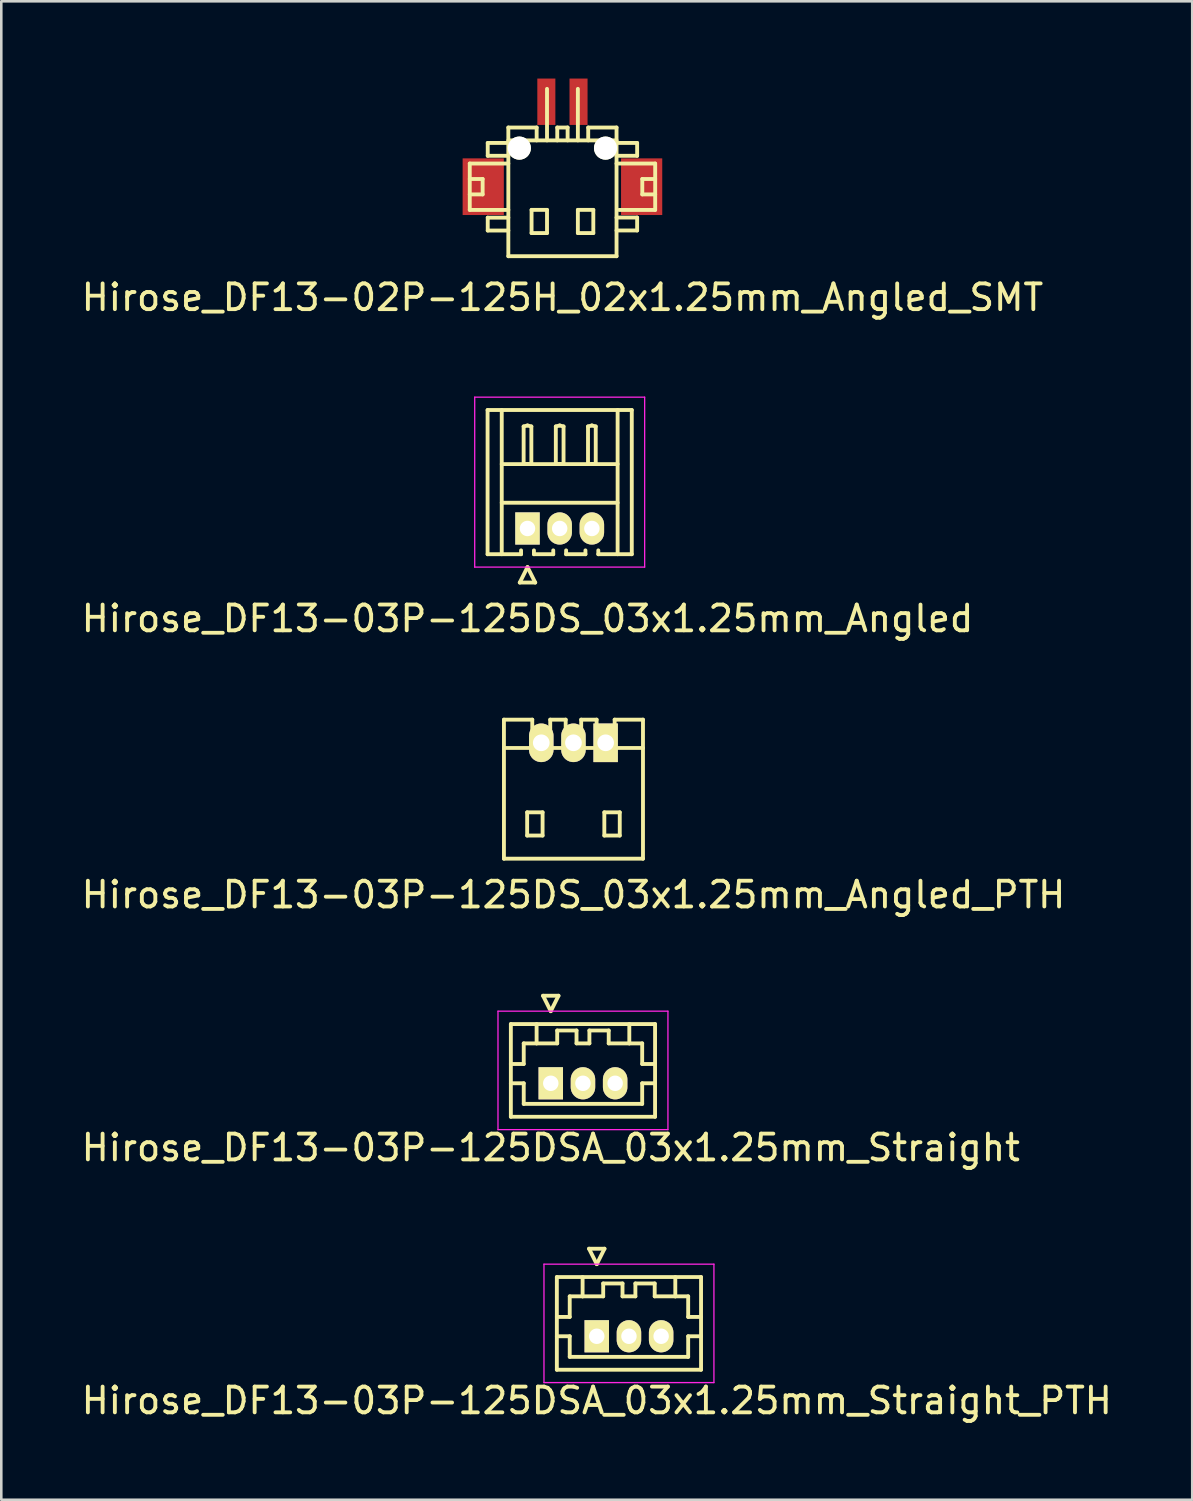
<source format=kicad_pcb>
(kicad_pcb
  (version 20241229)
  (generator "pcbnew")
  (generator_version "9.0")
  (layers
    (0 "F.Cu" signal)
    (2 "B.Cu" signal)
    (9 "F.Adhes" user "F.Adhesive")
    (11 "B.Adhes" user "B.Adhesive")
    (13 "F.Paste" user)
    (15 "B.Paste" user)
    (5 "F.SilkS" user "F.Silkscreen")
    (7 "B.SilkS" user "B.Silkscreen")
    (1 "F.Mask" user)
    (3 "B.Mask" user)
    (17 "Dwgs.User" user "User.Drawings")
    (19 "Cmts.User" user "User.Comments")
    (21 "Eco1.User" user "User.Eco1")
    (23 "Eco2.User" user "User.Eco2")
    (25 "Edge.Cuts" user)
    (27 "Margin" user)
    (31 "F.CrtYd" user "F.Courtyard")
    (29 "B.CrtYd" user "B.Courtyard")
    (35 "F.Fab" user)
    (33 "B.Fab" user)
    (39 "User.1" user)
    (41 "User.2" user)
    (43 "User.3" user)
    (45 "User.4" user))
  (footprint "Hirose_DF13-03P-125DSA_03x1.25mm_Straight"
    (layer "F.Cu")
    (at 18.339 39.019)
    (property "Reference" "Hirose_DF13-03P-125DSA_03x1.25mm_Straight" (at 0 2.5 0) (layer "F.SilkS") (effects (font (size 1 1) (thickness 0.15))))
    (attr through_hole)
    (fp_line (start -1.55 -2.3) (end -1.55 1.3) (stroke (width 0.15) (type solid)) (layer "F.SilkS"))
    (fp_line (start -1.55 -0.75) (end -1.05 -0.75) (stroke (width 0.15) (type solid)) (layer "F.SilkS"))
    (fp_line (start -1.55 0) (end -1.05 0) (stroke (width 0.15) (type solid)) (layer "F.SilkS"))
    (fp_line (start -1.55 1.3) (end 4.05 1.3) (stroke (width 0.15) (type solid)) (layer "F.SilkS"))
    (fp_line (start -1.05 -1.55) (end -0.55 -1.55) (stroke (width 0.15) (type solid)) (layer "F.SilkS"))
    (fp_line (start -1.05 -0.75) (end -1.05 -1.55) (stroke (width 0.15) (type solid)) (layer "F.SilkS"))
    (fp_line (start -1.05 0) (end -1.05 0.8) (stroke (width 0.15) (type solid)) (layer "F.SilkS"))
    (fp_line (start -1.05 0.8) (end 3.55 0.8) (stroke (width 0.15) (type solid)) (layer "F.SilkS"))
    (fp_line (start -0.55 -1.55) (end -0.55 -2.3) (stroke (width 0.15) (type solid)) (layer "F.SilkS"))
    (fp_line (start -0.55 -1.55) (end 0.25 -1.55) (stroke (width 0.15) (type solid)) (layer "F.SilkS"))
    (fp_line (start -0.3 -3.4) (end 0.3 -3.4) (stroke (width 0.15) (type solid)) (layer "F.SilkS"))
    (fp_line (start 0 -2.8) (end -0.3 -3.4) (stroke (width 0.15) (type solid)) (layer "F.SilkS"))
    (fp_line (start 0.25 -2.05) (end 1 -2.05) (stroke (width 0.15) (type solid)) (layer "F.SilkS"))
    (fp_line (start 0.25 -1.55) (end 0.25 -2.05) (stroke (width 0.15) (type solid)) (layer "F.SilkS"))
    (fp_line (start 0.3 -3.4) (end 0 -2.8) (stroke (width 0.15) (type solid)) (layer "F.SilkS"))
    (fp_line (start 1 -2.05) (end 1 -1.55) (stroke (width 0.15) (type solid)) (layer "F.SilkS"))
    (fp_line (start 1 -1.55) (end 1.5 -1.55) (stroke (width 0.15) (type solid)) (layer "F.SilkS"))
    (fp_line (start 1.5 -2.05) (end 2.25 -2.05) (stroke (width 0.15) (type solid)) (layer "F.SilkS"))
    (fp_line (start 1.5 -1.55) (end 1.5 -2.05) (stroke (width 0.15) (type solid)) (layer "F.SilkS"))
    (fp_line (start 2.25 -2.05) (end 2.25 -1.55) (stroke (width 0.15) (type solid)) (layer "F.SilkS"))
    (fp_line (start 2.25 -1.55) (end 3.05 -1.55) (stroke (width 0.15) (type solid)) (layer "F.SilkS"))
    (fp_line (start 3.05 -1.55) (end 3.05 -2.3) (stroke (width 0.15) (type solid)) (layer "F.SilkS"))
    (fp_line (start 3.55 -1.55) (end 3.05 -1.55) (stroke (width 0.15) (type solid)) (layer "F.SilkS"))
    (fp_line (start 3.55 -0.75) (end 3.55 -1.55) (stroke (width 0.15) (type solid)) (layer "F.SilkS"))
    (fp_line (start 3.55 0) (end 4.05 0) (stroke (width 0.15) (type solid)) (layer "F.SilkS"))
    (fp_line (start 3.55 0.8) (end 3.55 0) (stroke (width 0.15) (type solid)) (layer "F.SilkS"))
    (fp_line (start 4.05 -2.3) (end -1.55 -2.3) (stroke (width 0.15) (type solid)) (layer "F.SilkS"))
    (fp_line (start 4.05 -0.75) (end 3.55 -0.75) (stroke (width 0.15) (type solid)) (layer "F.SilkS"))
    (fp_line (start 4.05 1.3) (end 4.05 -2.3) (stroke (width 0.15) (type solid)) (layer "F.SilkS"))
    (fp_line (start -2.05 -2.8) (end -2.05 1.8) (stroke (width 0.05) (type solid)) (layer "F.CrtYd"))
    (fp_line (start -2.05 1.8) (end 4.55 1.8) (stroke (width 0.05) (type solid)) (layer "F.CrtYd"))
    (fp_line (start 4.55 -2.8) (end -2.05 -2.8) (stroke (width 0.05) (type solid)) (layer "F.CrtYd"))
    (fp_line (start 4.55 1.8) (end 4.55 -2.8) (stroke (width 0.05) (type solid)) (layer "F.CrtYd"))
    (pad "1" thru_hole rect (at 0 0) (size 0.95 1.25) (drill 0.6) (layers "*.Cu" "*.Mask" "F.SilkS"))
    (pad "2" thru_hole oval (at 1.25 0) (size 0.95 1.25) (drill 0.6) (layers "*.Cu" "*.Mask" "F.SilkS"))
    (pad "3" thru_hole oval (at 2.5 0) (size 0.95 1.25) (drill 0.6) (layers "*.Cu" "*.Mask" "F.SilkS")))
  (footprint "Hirose_DF13-03P-125DS_03x1.25mm_Angled"
    (layer "F.Cu")
    (at 17.435 17.473)
    (property "Reference" "Hirose_DF13-03P-125DS_03x1.25mm_Angled" (at 0 3.5 0) (layer "F.SilkS") (effects (font (size 1 1) (thickness 0.15))))
    (attr through_hole)
    (fp_line (start -1.55 -4.6) (end 4.05 -4.6) (stroke (width 0.15) (type solid)) (layer "F.SilkS"))
    (fp_line (start -1.55 1) (end -1.55 -4.6) (stroke (width 0.15) (type solid)) (layer "F.SilkS"))
    (fp_line (start -1 -4.6) (end -1 1) (stroke (width 0.15) (type solid)) (layer "F.SilkS"))
    (fp_line (start -1 -2.5) (end 3.5 -2.5) (stroke (width 0.15) (type solid)) (layer "F.SilkS"))
    (fp_line (start -1 -1) (end 3.5 -1) (stroke (width 0.15) (type solid)) (layer "F.SilkS"))
    (fp_line (start -0.3 2.1) (end 0.3 2.1) (stroke (width 0.15) (type solid)) (layer "F.SilkS"))
    (fp_line (start -0.25 0.85) (end -0.25 1) (stroke (width 0.15) (type solid)) (layer "F.SilkS"))
    (fp_line (start -0.25 1) (end -1.55 1) (stroke (width 0.15) (type solid)) (layer "F.SilkS"))
    (fp_line (start -0.15 -3.962) (end 0 -4) (stroke (width 0.15) (type solid)) (layer "F.SilkS"))
    (fp_line (start -0.15 -2.5) (end -0.15 -3.962) (stroke (width 0.15) (type solid)) (layer "F.SilkS"))
    (fp_line (start 0 -4) (end 0.15 -3.962) (stroke (width 0.15) (type solid)) (layer "F.SilkS"))
    (fp_line (start 0 -2.5) (end -0.15 -2.5) (stroke (width 0.15) (type solid)) (layer "F.SilkS"))
    (fp_line (start 0 1.5) (end -0.3 2.1) (stroke (width 0.15) (type solid)) (layer "F.SilkS"))
    (fp_line (start 0.15 -3.962) (end 0.15 -2.5) (stroke (width 0.15) (type solid)) (layer "F.SilkS"))
    (fp_line (start 0.15 -2.5) (end 0 -2.5) (stroke (width 0.15) (type solid)) (layer "F.SilkS"))
    (fp_line (start 0.25 0.85) (end 0.25 1) (stroke (width 0.15) (type solid)) (layer "F.SilkS"))
    (fp_line (start 0.25 1) (end 1 1) (stroke (width 0.15) (type solid)) (layer "F.SilkS"))
    (fp_line (start 0.3 2.1) (end 0 1.5) (stroke (width 0.15) (type solid)) (layer "F.SilkS"))
    (fp_line (start 1 1) (end 1 0.85) (stroke (width 0.15) (type solid)) (layer "F.SilkS"))
    (fp_line (start 1.1 -3.962) (end 1.25 -4) (stroke (width 0.15) (type solid)) (layer "F.SilkS"))
    (fp_line (start 1.1 -2.5) (end 1.1 -3.962) (stroke (width 0.15) (type solid)) (layer "F.SilkS"))
    (fp_line (start 1.25 -4) (end 1.4 -3.962) (stroke (width 0.15) (type solid)) (layer "F.SilkS"))
    (fp_line (start 1.25 -2.5) (end 1.1 -2.5) (stroke (width 0.15) (type solid)) (layer "F.SilkS"))
    (fp_line (start 1.4 -3.962) (end 1.4 -2.5) (stroke (width 0.15) (type solid)) (layer "F.SilkS"))
    (fp_line (start 1.4 -2.5) (end 1.25 -2.5) (stroke (width 0.15) (type solid)) (layer "F.SilkS"))
    (fp_line (start 1.5 0.85) (end 1.5 1) (stroke (width 0.15) (type solid)) (layer "F.SilkS"))
    (fp_line (start 1.5 1) (end 2.25 1) (stroke (width 0.15) (type solid)) (layer "F.SilkS"))
    (fp_line (start 2.25 1) (end 2.25 0.85) (stroke (width 0.15) (type solid)) (layer "F.SilkS"))
    (fp_line (start 2.35 -3.962) (end 2.5 -4) (stroke (width 0.15) (type solid)) (layer "F.SilkS"))
    (fp_line (start 2.35 -2.5) (end 2.35 -3.962) (stroke (width 0.15) (type solid)) (layer "F.SilkS"))
    (fp_line (start 2.5 -4) (end 2.65 -3.962) (stroke (width 0.15) (type solid)) (layer "F.SilkS"))
    (fp_line (start 2.5 -2.5) (end 2.35 -2.5) (stroke (width 0.15) (type solid)) (layer "F.SilkS"))
    (fp_line (start 2.65 -3.962) (end 2.65 -2.5) (stroke (width 0.15) (type solid)) (layer "F.SilkS"))
    (fp_line (start 2.65 -2.5) (end 2.5 -2.5) (stroke (width 0.15) (type solid)) (layer "F.SilkS"))
    (fp_line (start 2.75 1) (end 2.75 0.85) (stroke (width 0.15) (type solid)) (layer "F.SilkS"))
    (fp_line (start 3.5 -4.6) (end 3.5 1) (stroke (width 0.15) (type solid)) (layer "F.SilkS"))
    (fp_line (start 4.05 -4.6) (end 4.05 1) (stroke (width 0.15) (type solid)) (layer "F.SilkS"))
    (fp_line (start 4.05 1) (end 2.75 1) (stroke (width 0.15) (type solid)) (layer "F.SilkS"))
    (fp_line (start -2.05 -5.1) (end -2.05 1.5) (stroke (width 0.05) (type solid)) (layer "F.CrtYd"))
    (fp_line (start -2.05 1.5) (end 4.55 1.5) (stroke (width 0.05) (type solid)) (layer "F.CrtYd"))
    (fp_line (start 4.55 -5.1) (end -2.05 -5.1) (stroke (width 0.05) (type solid)) (layer "F.CrtYd"))
    (fp_line (start 4.55 1.5) (end 4.55 -5.1) (stroke (width 0.05) (type solid)) (layer "F.CrtYd"))
    (pad "1" thru_hole rect (at 0 0) (size 0.95 1.25) (drill 0.6) (layers "*.Cu" "*.Mask" "F.SilkS"))
    (pad "2" thru_hole oval (at 1.25 0) (size 0.95 1.25) (drill 0.6) (layers "*.Cu" "*.Mask" "F.SilkS"))
    (pad "3" thru_hole oval (at 2.5 0) (size 0.95 1.25) (drill 0.6) (layers "*.Cu" "*.Mask" "F.SilkS")))
  (footprint "Hirose_DF13-03P-125DSA_03x1.25mm_Straight_PTH"
    (layer "F.Cu")
    (at 20.125 48.843)
    (property "Reference" "Hirose_DF13-03P-125DSA_03x1.25mm_Straight_PTH" (at 0 2.5 0) (layer "F.SilkS") (effects (font (size 1 1) (thickness 0.15))))
    (attr through_hole)
    (fp_line (start -1.55 -2.3) (end -1.55 1.3) (stroke (width 0.15) (type solid)) (layer "F.SilkS"))
    (fp_line (start -1.55 -0.75) (end -1.05 -0.75) (stroke (width 0.15) (type solid)) (layer "F.SilkS"))
    (fp_line (start -1.55 0) (end -1.05 0) (stroke (width 0.15) (type solid)) (layer "F.SilkS"))
    (fp_line (start -1.55 1.3) (end 4.05 1.3) (stroke (width 0.15) (type solid)) (layer "F.SilkS"))
    (fp_line (start -1.05 -1.55) (end -0.55 -1.55) (stroke (width 0.15) (type solid)) (layer "F.SilkS"))
    (fp_line (start -1.05 -0.75) (end -1.05 -1.55) (stroke (width 0.15) (type solid)) (layer "F.SilkS"))
    (fp_line (start -1.05 0) (end -1.05 0.8) (stroke (width 0.15) (type solid)) (layer "F.SilkS"))
    (fp_line (start -1.05 0.8) (end 3.55 0.8) (stroke (width 0.15) (type solid)) (layer "F.SilkS"))
    (fp_line (start -0.55 -1.55) (end -0.55 -2.3) (stroke (width 0.15) (type solid)) (layer "F.SilkS"))
    (fp_line (start -0.55 -1.55) (end 0.25 -1.55) (stroke (width 0.15) (type solid)) (layer "F.SilkS"))
    (fp_line (start -0.3 -3.4) (end 0.3 -3.4) (stroke (width 0.15) (type solid)) (layer "F.SilkS"))
    (fp_line (start 0 -2.8) (end -0.3 -3.4) (stroke (width 0.15) (type solid)) (layer "F.SilkS"))
    (fp_line (start 0.25 -2.05) (end 1 -2.05) (stroke (width 0.15) (type solid)) (layer "F.SilkS"))
    (fp_line (start 0.25 -1.55) (end 0.25 -2.05) (stroke (width 0.15) (type solid)) (layer "F.SilkS"))
    (fp_line (start 0.3 -3.4) (end 0 -2.8) (stroke (width 0.15) (type solid)) (layer "F.SilkS"))
    (fp_line (start 1 -2.05) (end 1 -1.55) (stroke (width 0.15) (type solid)) (layer "F.SilkS"))
    (fp_line (start 1 -1.55) (end 1.5 -1.55) (stroke (width 0.15) (type solid)) (layer "F.SilkS"))
    (fp_line (start 1.5 -2.05) (end 2.25 -2.05) (stroke (width 0.15) (type solid)) (layer "F.SilkS"))
    (fp_line (start 1.5 -1.55) (end 1.5 -2.05) (stroke (width 0.15) (type solid)) (layer "F.SilkS"))
    (fp_line (start 2.25 -2.05) (end 2.25 -1.55) (stroke (width 0.15) (type solid)) (layer "F.SilkS"))
    (fp_line (start 2.25 -1.55) (end 3.05 -1.55) (stroke (width 0.15) (type solid)) (layer "F.SilkS"))
    (fp_line (start 3.05 -1.55) (end 3.05 -2.3) (stroke (width 0.15) (type solid)) (layer "F.SilkS"))
    (fp_line (start 3.55 -1.55) (end 3.05 -1.55) (stroke (width 0.15) (type solid)) (layer "F.SilkS"))
    (fp_line (start 3.55 -0.75) (end 3.55 -1.55) (stroke (width 0.15) (type solid)) (layer "F.SilkS"))
    (fp_line (start 3.55 0) (end 4.05 0) (stroke (width 0.15) (type solid)) (layer "F.SilkS"))
    (fp_line (start 3.55 0.8) (end 3.55 0) (stroke (width 0.15) (type solid)) (layer "F.SilkS"))
    (fp_line (start 4.05 -2.3) (end -1.55 -2.3) (stroke (width 0.15) (type solid)) (layer "F.SilkS"))
    (fp_line (start 4.05 -0.75) (end 3.55 -0.75) (stroke (width 0.15) (type solid)) (layer "F.SilkS"))
    (fp_line (start 4.05 1.3) (end 4.05 -2.3) (stroke (width 0.15) (type solid)) (layer "F.SilkS"))
    (fp_line (start -2.05 -2.8) (end -2.05 1.8) (stroke (width 0.05) (type solid)) (layer "F.CrtYd"))
    (fp_line (start -2.05 1.8) (end 4.55 1.8) (stroke (width 0.05) (type solid)) (layer "F.CrtYd"))
    (fp_line (start 4.55 -2.8) (end -2.05 -2.8) (stroke (width 0.05) (type solid)) (layer "F.CrtYd"))
    (fp_line (start 4.55 1.8) (end 4.55 -2.8) (stroke (width 0.05) (type solid)) (layer "F.CrtYd"))
    (pad "1" thru_hole rect (at 0 0) (size 0.95 1.25) (drill 0.6) (layers "*.Cu" "*.Mask" "F.SilkS"))
    (pad "2" thru_hole oval (at 1.25 0) (size 0.95 1.25) (drill 0.6) (layers "*.Cu" "*.Mask" "F.SilkS"))
    (pad "3" thru_hole oval (at 2.5 0) (size 0.95 1.25) (drill 0.6) (layers "*.Cu" "*.Mask" "F.SilkS")))
  (footprint "Hirose_DF13-03P-125DS_03x1.25mm_Angled_PTH"
    (layer "F.Cu")
    (at 19.22 27.597)
    (property "Reference" "Hirose_DF13-03P-125DS_03x1.25mm_Angled_PTH" (at 0 4.1 0) (layer "F.SilkS") (effects (font (size 1 1) (thickness 0.15))))
    (attr through_hole)
    (fp_line (start -2.7 -1.6) (end 2.7 -1.6) (stroke (width 0.15) (type solid)) (layer "F.SilkS"))
    (fp_line (start -2.7 2.7) (end -2.7 -2.7) (stroke (width 0.15) (type solid)) (layer "F.SilkS"))
    (fp_line (start -2.7 2.7) (end 2.7 2.7) (stroke (width 0.15) (type solid)) (layer "F.SilkS"))
    (fp_line (start -1.798 0.899) (end -1.798 1.801) (stroke (width 0.15) (type solid)) (layer "F.SilkS"))
    (fp_line (start -1.798 1.801) (end -1.199 1.801) (stroke (width 0.15) (type solid)) (layer "F.SilkS"))
    (fp_line (start -1.6 -2.7) (end -2.7 -2.7) (stroke (width 0.15) (type solid)) (layer "F.SilkS"))
    (fp_line (start -1.6 -1.6) (end -1.6 -2.7) (stroke (width 0.15) (type solid)) (layer "F.SilkS"))
    (fp_line (start -1.199 0.899) (end -1.798 0.899) (stroke (width 0.15) (type solid)) (layer "F.SilkS"))
    (fp_line (start -1.199 1.801) (end -1.199 0.899) (stroke (width 0.15) (type solid)) (layer "F.SilkS"))
    (fp_line (start -0.902 -1.6) (end -0.902 -2.7) (stroke (width 0.15) (type solid)) (layer "F.SilkS"))
    (fp_line (start -0.302 -2.7) (end -0.902 -2.7) (stroke (width 0.15) (type solid)) (layer "F.SilkS"))
    (fp_line (start -0.302 -1.6) (end -0.302 -2.7) (stroke (width 0.15) (type solid)) (layer "F.SilkS"))
    (fp_line (start 0.3 -2.7) (end 0.899 -2.7) (stroke (width 0.15) (type solid)) (layer "F.SilkS"))
    (fp_line (start 0.3 -1.6) (end 0.3 -2.7) (stroke (width 0.15) (type solid)) (layer "F.SilkS"))
    (fp_line (start 0.899 -2.7) (end 0.899 -1.6) (stroke (width 0.15) (type solid)) (layer "F.SilkS"))
    (fp_line (start 1.199 0.899) (end 1.798 0.899) (stroke (width 0.15) (type solid)) (layer "F.SilkS"))
    (fp_line (start 1.199 1.801) (end 1.199 0.899) (stroke (width 0.15) (type solid)) (layer "F.SilkS"))
    (fp_line (start 1.6 -1.6) (end 1.6 -2.7) (stroke (width 0.15) (type solid)) (layer "F.SilkS"))
    (fp_line (start 1.798 0.899) (end 1.798 1.801) (stroke (width 0.15) (type solid)) (layer "F.SilkS"))
    (fp_line (start 1.798 1.801) (end 1.199 1.801) (stroke (width 0.15) (type solid)) (layer "F.SilkS"))
    (fp_line (start 2.7 -2.7) (end 1.6 -2.7) (stroke (width 0.15) (type solid)) (layer "F.SilkS"))
    (fp_line (start 2.7 2.7) (end 2.7 -2.7) (stroke (width 0.15) (type solid)) (layer "F.SilkS"))
    (pad "1" thru_hole rect (at 1.25 -1.801) (size 0.95 1.499) (drill 0.648) (layers "*.Cu" "*.Mask" "F.SilkS"))
    (pad "2" thru_hole oval (at 0 -1.801) (size 0.95 1.499) (drill 0.648) (layers "*.Cu" "*.Mask" "F.SilkS"))
    (pad "3" thru_hole oval (at -1.25 -1.801) (size 0.95 1.499) (drill 0.648) (layers "*.Cu" "*.Mask" "F.SilkS")))
  (footprint "Hirose_DF13-02P-125H_02x1.25mm_Angled_SMT"
    (layer "F.Cu")
    (at 18.792 4.401)
    (property "Reference" "Hirose_DF13-02P-125H_02x1.25mm_Angled_SMT" (at 0 4.1 0) (layer "F.SilkS") (effects (font (size 1 1) (thickness 0.15))))
    (attr smd)
    (fp_line (start -3.599 -1.1) (end -3.599 0.701) (stroke (width 0.15) (type solid)) (layer "F.SilkS"))
    (fp_line (start -3.599 0.701) (end -2.101 0.701) (stroke (width 0.15) (type solid)) (layer "F.SilkS"))
    (fp_line (start -3.099 -0.5) (end -3.599 -0.5) (stroke (width 0.15) (type solid)) (layer "F.SilkS"))
    (fp_line (start -3.099 0.099) (end -3.599 0.099) (stroke (width 0.15) (type solid)) (layer "F.SilkS"))
    (fp_line (start -3.099 0.099) (end -3.099 -0.5) (stroke (width 0.15) (type solid)) (layer "F.SilkS"))
    (fp_line (start -2.901 -1.9) (end -2.901 -1.4) (stroke (width 0.15) (type solid)) (layer "F.SilkS"))
    (fp_line (start -2.901 -1.9) (end -2.101 -1.9) (stroke (width 0.15) (type solid)) (layer "F.SilkS"))
    (fp_line (start -2.901 1.001) (end -2.901 1.501) (stroke (width 0.15) (type solid)) (layer "F.SilkS"))
    (fp_line (start -2.901 1.501) (end -2.101 1.501) (stroke (width 0.15) (type solid)) (layer "F.SilkS"))
    (fp_line (start -2.101 -1.4) (end -2.901 -1.4) (stroke (width 0.15) (type solid)) (layer "F.SilkS"))
    (fp_line (start -2.101 -1.1) (end -3.599 -1.1) (stroke (width 0.15) (type solid)) (layer "F.SilkS"))
    (fp_line (start -2.101 1.001) (end -2.901 1.001) (stroke (width 0.15) (type solid)) (layer "F.SilkS"))
    (fp_line (start -2.101 2.499) (end -2.101 -2.499) (stroke (width 0.15) (type solid)) (layer "F.SilkS"))
    (fp_line (start -1.199 0.699) (end -1.199 1.6) (stroke (width 0.15) (type solid)) (layer "F.SilkS"))
    (fp_line (start -1.199 1.6) (end -0.599 1.6) (stroke (width 0.15) (type solid)) (layer "F.SilkS"))
    (fp_line (start -1.001 -2.499) (end -2.101 -2.499) (stroke (width 0.15) (type solid)) (layer "F.SilkS"))
    (fp_line (start -1.001 -2.499) (end -1.001 -1.999) (stroke (width 0.15) (type solid)) (layer "F.SilkS"))
    (fp_line (start -0.599 -4) (end -0.599 -1.999) (stroke (width 0.15) (type solid)) (layer "F.SilkS"))
    (fp_line (start -0.599 0.699) (end -1.199 0.699) (stroke (width 0.15) (type solid)) (layer "F.SilkS"))
    (fp_line (start -0.599 1.6) (end -0.599 0.699) (stroke (width 0.15) (type solid)) (layer "F.SilkS"))
    (fp_line (start -0.201 -2.499) (end -0.201 -1.999) (stroke (width 0.15) (type solid)) (layer "F.SilkS"))
    (fp_line (start 0.201 -2.499) (end -0.201 -2.499) (stroke (width 0.15) (type solid)) (layer "F.SilkS"))
    (fp_line (start 0.201 -2.499) (end 0.201 -1.999) (stroke (width 0.15) (type solid)) (layer "F.SilkS"))
    (fp_line (start 0.599 -1.999) (end 0.599 -4) (stroke (width 0.15) (type solid)) (layer "F.SilkS"))
    (fp_line (start 0.599 0.699) (end 1.199 0.699) (stroke (width 0.15) (type solid)) (layer "F.SilkS"))
    (fp_line (start 0.599 1.6) (end 0.599 0.699) (stroke (width 0.15) (type solid)) (layer "F.SilkS"))
    (fp_line (start 1.001 -2.499) (end 1.001 -1.999) (stroke (width 0.15) (type solid)) (layer "F.SilkS"))
    (fp_line (start 1.199 0.699) (end 1.199 1.6) (stroke (width 0.15) (type solid)) (layer "F.SilkS"))
    (fp_line (start 1.199 1.6) (end 0.599 1.6) (stroke (width 0.15) (type solid)) (layer "F.SilkS"))
    (fp_line (start 2.101 -2.499) (end 1.001 -2.499) (stroke (width 0.15) (type solid)) (layer "F.SilkS"))
    (fp_line (start 2.101 -2.499) (end 2.101 2.499) (stroke (width 0.15) (type solid)) (layer "F.SilkS"))
    (fp_line (start 2.101 -1.999) (end -2.101 -1.999) (stroke (width 0.15) (type solid)) (layer "F.SilkS"))
    (fp_line (start 2.101 -1.9) (end 2.901 -1.9) (stroke (width 0.15) (type solid)) (layer "F.SilkS"))
    (fp_line (start 2.101 0.998) (end 2.901 0.998) (stroke (width 0.15) (type solid)) (layer "F.SilkS"))
    (fp_line (start 2.101 2.499) (end -2.101 2.499) (stroke (width 0.15) (type solid)) (layer "F.SilkS"))
    (fp_line (start 2.901 -1.9) (end 2.901 -1.4) (stroke (width 0.15) (type solid)) (layer "F.SilkS"))
    (fp_line (start 2.901 -1.4) (end 2.101 -1.4) (stroke (width 0.15) (type solid)) (layer "F.SilkS"))
    (fp_line (start 2.901 0.998) (end 2.901 1.499) (stroke (width 0.15) (type solid)) (layer "F.SilkS"))
    (fp_line (start 2.901 1.499) (end 2.101 1.499) (stroke (width 0.15) (type solid)) (layer "F.SilkS"))
    (fp_line (start 3.101 0.099) (end 3.101 -0.5) (stroke (width 0.15) (type solid)) (layer "F.SilkS"))
    (fp_line (start 3.599 -1.1) (end 2.101 -1.1) (stroke (width 0.15) (type solid)) (layer "F.SilkS"))
    (fp_line (start 3.599 0.701) (end 2.2 0.701) (stroke (width 0.15) (type solid)) (layer "F.SilkS"))
    (fp_line (start 3.602 -1.1) (end 3.602 0.701) (stroke (width 0.15) (type solid)) (layer "F.SilkS"))
    (fp_line (start 3.602 -0.5) (end 3.101 -0.5) (stroke (width 0.15) (type solid)) (layer "F.SilkS"))
    (fp_line (start 3.602 0.099) (end 3.101 0.099) (stroke (width 0.15) (type solid)) (layer "F.SilkS"))
    (pad "" smd rect (at -3.076 -0.201) (size 1.6 2.2) (layers "F.Cu" "F.Mask" "F.Paste"))
    (pad "" np_thru_hole circle (at -1.674 -1.699) (size 0.899 0.899) (drill 0.899) (layers "*.Cu" "*.Mask" "F.SilkS"))
    (pad "" np_thru_hole circle (at 1.674 -1.699) (size 0.899 0.899) (drill 0.899) (layers "*.Cu" "*.Mask" "F.SilkS"))
    (pad "" smd rect (at 3.076 -0.201) (size 1.6 2.2) (layers "F.Cu" "F.Mask" "F.Paste"))
    (pad "1" smd rect (at 0.625 -3.5) (size 0.701 1.801) (layers "F.Cu" "F.Mask" "F.Paste"))
    (pad "2" smd rect (at -0.625 -3.5) (size 0.701 1.801) (layers "F.Cu" "F.Mask" "F.Paste")))
  (gr_rect
    (start -3 -3)
    (end 43.25 55.191)
    (stroke (width 0.1) (type default))
    (fill no)
    (layer "Edge.Cuts")))
</source>
